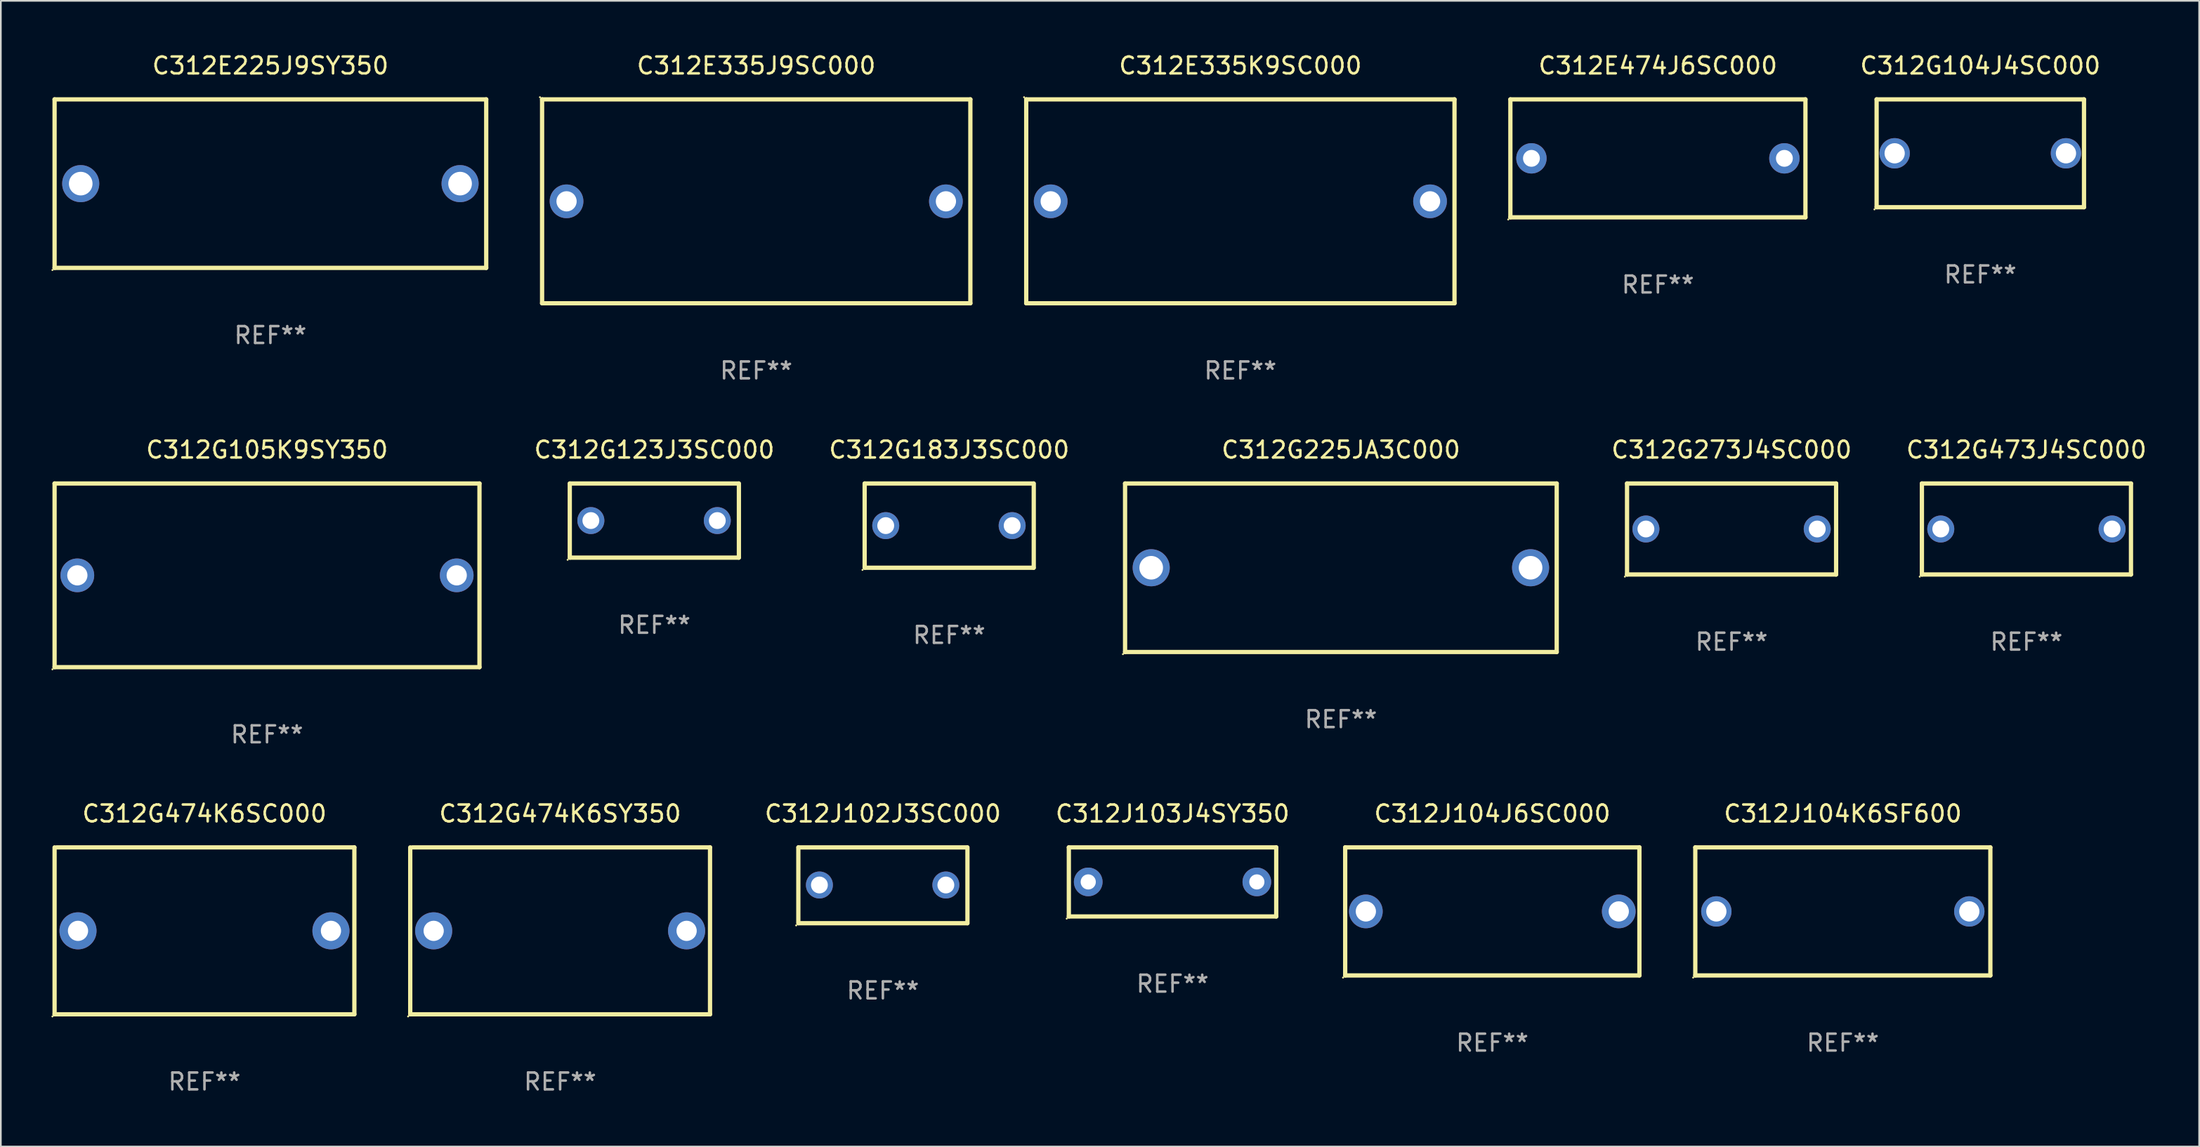
<source format=kicad_pcb>
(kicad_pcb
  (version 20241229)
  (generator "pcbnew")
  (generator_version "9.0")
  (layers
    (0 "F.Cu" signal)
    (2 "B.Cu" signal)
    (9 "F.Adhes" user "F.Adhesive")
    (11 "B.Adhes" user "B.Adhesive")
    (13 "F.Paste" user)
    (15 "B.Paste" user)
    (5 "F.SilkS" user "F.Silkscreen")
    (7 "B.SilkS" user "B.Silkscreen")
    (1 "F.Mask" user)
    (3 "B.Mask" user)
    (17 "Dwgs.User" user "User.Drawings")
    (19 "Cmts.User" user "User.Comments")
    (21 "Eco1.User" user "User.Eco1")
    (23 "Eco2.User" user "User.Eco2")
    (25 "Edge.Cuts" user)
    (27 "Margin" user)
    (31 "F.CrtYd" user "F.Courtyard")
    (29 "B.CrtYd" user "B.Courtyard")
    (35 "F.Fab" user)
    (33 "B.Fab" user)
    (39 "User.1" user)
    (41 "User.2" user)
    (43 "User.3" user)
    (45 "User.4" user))
  (footprint "C312G104J4SC000"
    (layer "F.Cu")
    (at 114.4 6.048)
    (property "Reference" "C312G104J4SC000" (at 0 -5.2 0) (layer "F.SilkS") (effects (font (size 1 1) (thickness 0.15))))
    (attr through_hole)
    (fp_line (start -6.15 -3.2) (end -6.15 3.2) (stroke (width 0.254) (type solid)) (layer "F.SilkS"))
    (fp_line (start -6.15 -3.2) (end 6.15 -3.2) (stroke (width 0.254) (type solid)) (layer "F.SilkS"))
    (fp_line (start 6.15 -3.2) (end 6.15 3.2) (stroke (width 0.254) (type solid)) (layer "F.SilkS"))
    (fp_line (start 6.15 3.2) (end -6.15 3.2) (stroke (width 0.254) (type solid)) (layer "F.SilkS"))
    (fp_circle (center -6.277 3.327) (end -6.247 3.327) (stroke (width 0.06) (type solid)) (fill no) (layer "F.SilkS"))
    (fp_text user "REF**" (at 0 7.2 0) (layer "F.Fab") (effects (font (size 1 1) (thickness 0.15))))
    (pad "1" thru_hole circle (at -5.08 0) (size 1.8 1.8) (drill 1.2) (layers "*.Cu" "*.Mask"))
    (pad "2" thru_hole circle (at 5.08 0) (size 1.8 1.8) (drill 1.2) (layers "*.Cu" "*.Mask")))
  (footprint "C312G474K6SC000"
    (layer "F.Cu")
    (at 9.077 52.194)
    (property "Reference" "C312G474K6SC000" (at 0 -6.953 0) (layer "F.SilkS") (effects (font (size 1 1) (thickness 0.15))))
    (attr through_hole)
    (fp_line (start -8.89 4.953) (end -8.89 -4.953) (stroke (width 0.254) (type solid)) (layer "F.SilkS"))
    (fp_line (start -8.763 -4.953) (end 8.89 -4.953) (stroke (width 0.254) (type solid)) (layer "F.SilkS"))
    (fp_line (start 8.89 -4.953) (end 8.89 4.953) (stroke (width 0.254) (type solid)) (layer "F.SilkS"))
    (fp_line (start 8.89 4.953) (end -8.89 4.953) (stroke (width 0.254) (type solid)) (layer "F.SilkS"))
    (fp_circle (center -9.017 5.08) (end -8.987 5.08) (stroke (width 0.06) (type solid)) (fill no) (layer "F.SilkS"))
    (fp_text user "REF**" (at 0 8.953 0) (layer "F.Fab") (effects (font (size 1 1) (thickness 0.15))))
    (pad "1" thru_hole circle (at -7.501 0) (size 2.2 2.2) (drill 1.2) (layers "*.Cu" "*.Mask"))
    (pad "2" thru_hole circle (at 7.501 0) (size 2.2 2.2) (drill 1.2) (layers "*.Cu" "*.Mask")))
  (footprint "C312G183J3SC000"
    (layer "F.Cu")
    (at 53.246 28.145)
    (property "Reference" "C312G183J3SC000" (at 0 -4.5 0) (layer "F.SilkS") (effects (font (size 1 1) (thickness 0.15))))
    (attr through_hole)
    (fp_line (start -5.015 2.5) (end -5.015 -2.5) (stroke (width 0.254) (type solid)) (layer "F.SilkS"))
    (fp_line (start -5.005 -2.5) (end 4.995 -2.5) (stroke (width 0.254) (type solid)) (layer "F.SilkS"))
    (fp_line (start 5.005 2.5) (end -4.995 2.5) (stroke (width 0.254) (type solid)) (layer "F.SilkS"))
    (fp_line (start 5.015 -2.5) (end 5.015 2.5) (stroke (width 0.254) (type solid)) (layer "F.SilkS"))
    (fp_circle (center -5.142 2.627) (end -5.112 2.627) (stroke (width 0.06) (type solid)) (fill no) (layer "F.SilkS"))
    (fp_text user "REF**" (at 0 6.5 0) (layer "F.Fab") (effects (font (size 1 1) (thickness 0.15))))
    (pad "1" thru_hole circle (at -3.764 0) (size 1.6 1.6) (drill 1) (layers "*.Cu" "*.Mask"))
    (pad "2" thru_hole circle (at 3.734 0) (size 1.6 1.6) (drill 1) (layers "*.Cu" "*.Mask")))
  (footprint "C312J104K6SF600"
    (layer "F.Cu")
    (at 106.246 51.041)
    (property "Reference" "C312J104K6SF600" (at 0 -5.8 0) (layer "F.SilkS") (effects (font (size 1 1) (thickness 0.15))))
    (attr through_hole)
    (fp_line (start -8.75 -3.8) (end 8.75 -3.8) (stroke (width 0.254) (type solid)) (layer "F.SilkS"))
    (fp_line (start -8.75 3.8) (end -8.75 -3.8) (stroke (width 0.254) (type solid)) (layer "F.SilkS"))
    (fp_line (start 8.75 -3.8) (end 8.75 3.8) (stroke (width 0.254) (type solid)) (layer "F.SilkS"))
    (fp_line (start 8.75 3.8) (end -8.75 3.8) (stroke (width 0.254) (type solid)) (layer "F.SilkS"))
    (fp_circle (center -8.877 3.927) (end -8.847 3.927) (stroke (width 0.06) (type solid)) (fill no) (layer "F.SilkS"))
    (fp_text user "REF**" (at 0 7.8 0) (layer "F.Fab") (effects (font (size 1 1) (thickness 0.15))))
    (pad "1" thru_hole circle (at -7.501 0) (size 1.8 1.8) (drill 1.2) (layers "*.Cu" "*.Mask"))
    (pad "2" thru_hole circle (at 7.501 0) (size 1.8 1.8) (drill 1.2) (layers "*.Cu" "*.Mask")))
  (footprint "C312J102J3SC000"
    (layer "F.Cu")
    (at 49.313 49.492)
    (property "Reference" "C312J102J3SC000" (at 0 -4.251 0) (layer "F.SilkS") (effects (font (size 1 1) (thickness 0.15))))
    (attr through_hole)
    (fp_line (start -5.015 2.25) (end -5.015 -2.251) (stroke (width 0.254) (type solid)) (layer "F.SilkS"))
    (fp_line (start -5.005 -2.25) (end 4.995 -2.25) (stroke (width 0.254) (type solid)) (layer "F.SilkS"))
    (fp_line (start 5.005 2.25) (end -4.995 2.25) (stroke (width 0.254) (type solid)) (layer "F.SilkS"))
    (fp_line (start 5.015 -2.25) (end 5.015 2.251) (stroke (width 0.254) (type solid)) (layer "F.SilkS"))
    (fp_circle (center -5.142 2.378) (end -5.112 2.378) (stroke (width 0.06) (type solid)) (fill no) (layer "F.SilkS"))
    (fp_text user "REF**" (at 0 6.251 0) (layer "F.Fab") (effects (font (size 1 1) (thickness 0.15))))
    (pad "1" thru_hole circle (at -3.765 -0.019) (size 1.6 1.6) (drill 1) (layers "*.Cu" "*.Mask"))
    (pad "2" thru_hole circle (at 3.735 -0.019) (size 1.6 1.6) (drill 1) (layers "*.Cu" "*.Mask")))
  (footprint "C312E335J9SC000"
    (layer "F.Cu")
    (at 41.801 8.898)
    (property "Reference" "C312E335J9SC000" (at 0 -8.05 0) (layer "F.SilkS") (effects (font (size 1 1) (thickness 0.15))))
    (attr through_hole)
    (fp_line (start -12.7 -6.05) (end 12.7 -6.05) (stroke (width 0.254) (type solid)) (layer "F.SilkS"))
    (fp_line (start -12.7 6.05) (end -12.7 -6.05) (stroke (width 0.254) (type solid)) (layer "F.SilkS"))
    (fp_line (start -12.7 6.05) (end 12.7 6.05) (stroke (width 0.254) (type solid)) (layer "F.SilkS"))
    (fp_line (start 12.7 -6.05) (end 12.7 6.05) (stroke (width 0.254) (type solid)) (layer "F.SilkS"))
    (fp_circle (center -12.827 -6.177) (end -12.797 -6.177) (stroke (width 0.06) (type solid)) (fill no) (layer "F.SilkS"))
    (fp_text user "REF**" (at 0 10.05 0) (layer "F.Fab") (effects (font (size 1 1) (thickness 0.15))))
    (pad "1" thru_hole circle (at -11.25 -0.000102) (size 2 2) (drill 1.2) (layers "*.Cu" "*.Mask"))
    (pad "2" thru_hole circle (at 11.25 -0.000102) (size 2 2) (drill 1.2) (layers "*.Cu" "*.Mask")))
  (footprint "C312E474J6SC000"
    (layer "F.Cu")
    (at 95.279 6.348)
    (property "Reference" "C312E474J6SC000" (at 0 -5.5 0) (layer "F.SilkS") (effects (font (size 1 1) (thickness 0.15))))
    (attr through_hole)
    (fp_line (start -8.75 -3.5) (end 8.75 -3.5) (stroke (width 0.254) (type solid)) (layer "F.SilkS"))
    (fp_line (start -8.75 3.5) (end -8.75 -3.5) (stroke (width 0.254) (type solid)) (layer "F.SilkS"))
    (fp_line (start 8.75 -3.5) (end 8.75 3.5) (stroke (width 0.254) (type solid)) (layer "F.SilkS"))
    (fp_line (start 8.75 3.5) (end -8.75 3.5) (stroke (width 0.254) (type solid)) (layer "F.SilkS"))
    (fp_circle (center -8.877 3.627) (end -8.847 3.627) (stroke (width 0.06) (type solid)) (fill no) (layer "F.SilkS"))
    (fp_text user "REF**" (at 0 7.5 0) (layer "F.Fab") (effects (font (size 1 1) (thickness 0.15))))
    (pad "1" thru_hole circle (at -7.501 0) (size 1.8 1.8) (drill 1) (layers "*.Cu" "*.Mask"))
    (pad "2" thru_hole circle (at 7.501 0) (size 1.8 1.8) (drill 1) (layers "*.Cu" "*.Mask")))
  (footprint "C312G225JA3C000"
    (layer "F.Cu")
    (at 76.477 30.645)
    (property "Reference" "C312G225JA3C000" (at 0 -7 0) (layer "F.SilkS") (effects (font (size 1 1) (thickness 0.15))))
    (attr through_hole)
    (fp_line (start -12.8 -5) (end 12.8 -5) (stroke (width 0.254) (type solid)) (layer "F.SilkS"))
    (fp_line (start -12.8 5) (end -12.8 -5) (stroke (width 0.254) (type solid)) (layer "F.SilkS"))
    (fp_line (start 12.8 -5) (end 12.8 5) (stroke (width 0.254) (type solid)) (layer "F.SilkS"))
    (fp_line (start 12.8 5) (end -12.8 5) (stroke (width 0.254) (type solid)) (layer "F.SilkS"))
    (fp_circle (center -12.927 5.127) (end -12.897 5.127) (stroke (width 0.06) (type solid)) (fill no) (layer "F.SilkS"))
    (fp_text user "REF**" (at 0 9 0) (layer "F.Fab") (effects (font (size 1 1) (thickness 0.15))))
    (pad "1" thru_hole circle (at -11.25 0) (size 2.2 2.2) (drill 1.4) (layers "*.Cu" "*.Mask"))
    (pad "2" thru_hole circle (at 11.25 0) (size 2.2 2.2) (drill 1.4) (layers "*.Cu" "*.Mask")))
  (footprint "C312G474K6SY350"
    (layer "F.Cu")
    (at 30.171 52.194)
    (property "Reference" "C312G474K6SY350" (at 0 -6.953 0) (layer "F.SilkS") (effects (font (size 1 1) (thickness 0.15))))
    (attr through_hole)
    (fp_line (start -8.89 4.953) (end -8.89 -4.953) (stroke (width 0.254) (type solid)) (layer "F.SilkS"))
    (fp_line (start -8.763 -4.953) (end 8.89 -4.953) (stroke (width 0.254) (type solid)) (layer "F.SilkS"))
    (fp_line (start 8.89 -4.953) (end 8.89 4.953) (stroke (width 0.254) (type solid)) (layer "F.SilkS"))
    (fp_line (start 8.89 4.953) (end -8.89 4.953) (stroke (width 0.254) (type solid)) (layer "F.SilkS"))
    (fp_circle (center -9.017 5.08) (end -8.987 5.08) (stroke (width 0.06) (type solid)) (fill no) (layer "F.SilkS"))
    (fp_text user "REF**" (at 0 8.953 0) (layer "F.Fab") (effects (font (size 1 1) (thickness 0.15))))
    (pad "1" thru_hole circle (at -7.501 0) (size 2.2 2.2) (drill 1.2) (layers "*.Cu" "*.Mask"))
    (pad "2" thru_hole circle (at 7.501 0) (size 2.2 2.2) (drill 1.2) (layers "*.Cu" "*.Mask")))
  (footprint "C312J104J6SC000"
    (layer "F.Cu")
    (at 85.457 51.041)
    (property "Reference" "C312J104J6SC000" (at 0 -5.8 0) (layer "F.SilkS") (effects (font (size 1 1) (thickness 0.15))))
    (attr through_hole)
    (fp_line (start -8.725 -3.8) (end -8.725 3.8) (stroke (width 0.254) (type solid)) (layer "F.SilkS"))
    (fp_line (start -8.725 -3.8) (end 8.725 -3.8) (stroke (width 0.254) (type solid)) (layer "F.SilkS"))
    (fp_line (start 8.725 -3.8) (end 8.725 3.8) (stroke (width 0.254) (type solid)) (layer "F.SilkS"))
    (fp_line (start 8.725 3.8) (end -8.725 3.8) (stroke (width 0.254) (type solid)) (layer "F.SilkS"))
    (fp_circle (center -8.852 3.927) (end -8.822 3.927) (stroke (width 0.06) (type solid)) (fill no) (layer "F.SilkS"))
    (fp_text user "REF**" (at 0 7.8 0) (layer "F.Fab") (effects (font (size 1 1) (thickness 0.15))))
    (pad "1" thru_hole circle (at -7.5 0) (size 2 2) (drill 1.2) (layers "*.Cu" "*.Mask"))
    (pad "2" thru_hole circle (at 7.5 0) (size 2 2) (drill 1.2) (layers "*.Cu" "*.Mask")))
  (footprint "C312G123J3SC000"
    (layer "F.Cu")
    (at 35.758 27.845)
    (property "Reference" "C312G123J3SC000" (at 0 -4.2 0) (layer "F.SilkS") (effects (font (size 1 1) (thickness 0.15))))
    (attr through_hole)
    (fp_line (start -5.015 2.2) (end -5.015 -2.2) (stroke (width 0.254) (type solid)) (layer "F.SilkS"))
    (fp_line (start -5.005 -2.2) (end 4.995 -2.2) (stroke (width 0.254) (type solid)) (layer "F.SilkS"))
    (fp_line (start 5.005 2.2) (end -4.995 2.2) (stroke (width 0.254) (type solid)) (layer "F.SilkS"))
    (fp_line (start 5.015 -2.2) (end 5.015 2.2) (stroke (width 0.254) (type solid)) (layer "F.SilkS"))
    (fp_circle (center -5.142 2.327) (end -5.112 2.327) (stroke (width 0.06) (type solid)) (fill no) (layer "F.SilkS"))
    (fp_text user "REF**" (at 0 6.2 0) (layer "F.Fab") (effects (font (size 1 1) (thickness 0.15))))
    (pad "1" thru_hole circle (at -3.764 0) (size 1.6 1.6) (drill 1) (layers "*.Cu" "*.Mask"))
    (pad "2" thru_hole circle (at 3.734 0) (size 1.6 1.6) (drill 1) (layers "*.Cu" "*.Mask")))
  (footprint "C312G273J4SC000"
    (layer "F.Cu")
    (at 99.648 28.345)
    (property "Reference" "C312G273J4SC000" (at 0 -4.7 0) (layer "F.SilkS") (effects (font (size 1 1) (thickness 0.15))))
    (attr through_hole)
    (fp_line (start -6.2 -2.7) (end 6.2 -2.7) (stroke (width 0.254) (type solid)) (layer "F.SilkS"))
    (fp_line (start -6.2 2.7) (end -6.2 -2.7) (stroke (width 0.254) (type solid)) (layer "F.SilkS"))
    (fp_line (start 6.2 -2.7) (end 6.2 2.7) (stroke (width 0.254) (type solid)) (layer "F.SilkS"))
    (fp_line (start 6.2 2.7) (end -6.2 2.7) (stroke (width 0.254) (type solid)) (layer "F.SilkS"))
    (fp_circle (center -6.327 2.827) (end -6.297 2.827) (stroke (width 0.06) (type solid)) (fill no) (layer "F.SilkS"))
    (fp_text user "REF**" (at 0 6.7 0) (layer "F.Fab") (effects (font (size 1 1) (thickness 0.15))))
    (pad "1" thru_hole circle (at -5.08 0) (size 1.6 1.6) (drill 1) (layers "*.Cu" "*.Mask"))
    (pad "2" thru_hole circle (at 5.08 0) (size 1.6 1.6) (drill 1) (layers "*.Cu" "*.Mask")))
  (footprint "C312E335K9SC000"
    (layer "F.Cu")
    (at 70.515 8.898)
    (property "Reference" "C312E335K9SC000" (at 0 -8.05 0) (layer "F.SilkS") (effects (font (size 1 1) (thickness 0.15))))
    (attr through_hole)
    (fp_line (start -12.7 -6.05) (end 12.7 -6.05) (stroke (width 0.254) (type solid)) (layer "F.SilkS"))
    (fp_line (start -12.7 6.05) (end -12.7 -6.05) (stroke (width 0.254) (type solid)) (layer "F.SilkS"))
    (fp_line (start -12.7 6.05) (end 12.7 6.05) (stroke (width 0.254) (type solid)) (layer "F.SilkS"))
    (fp_line (start 12.7 -6.05) (end 12.7 6.05) (stroke (width 0.254) (type solid)) (layer "F.SilkS"))
    (fp_circle (center -12.827 -6.177) (end -12.797 -6.177) (stroke (width 0.06) (type solid)) (fill no) (layer "F.SilkS"))
    (fp_text user "REF**" (at 0 10.05 0) (layer "F.Fab") (effects (font (size 1 1) (thickness 0.15))))
    (pad "1" thru_hole circle (at -11.25 -0.000102) (size 2 2) (drill 1.2) (layers "*.Cu" "*.Mask"))
    (pad "2" thru_hole circle (at 11.25 -0.000102) (size 2 2) (drill 1.2) (layers "*.Cu" "*.Mask")))
  (footprint "C312G105K9SY350"
    (layer "F.Cu")
    (at 12.787 31.095)
    (property "Reference" "C312G105K9SY350" (at 0 -7.45 0) (layer "F.SilkS") (effects (font (size 1 1) (thickness 0.15))))
    (attr through_hole)
    (fp_line (start -12.6 -5.45) (end 12.6 -5.45) (stroke (width 0.254) (type solid)) (layer "F.SilkS"))
    (fp_line (start -12.6 -5.45) (end -12.6 5.45) (stroke (width 0.254) (type solid)) (layer "F.SilkS"))
    (fp_line (start 12.6 5.45) (end -12.6 5.45) (stroke (width 0.254) (type solid)) (layer "F.SilkS"))
    (fp_line (start 12.6 -5.45) (end 12.6 5.45) (stroke (width 0.254) (type solid)) (layer "F.SilkS"))
    (fp_circle (center -12.727 5.577) (end -12.697 5.577) (stroke (width 0.06) (type solid)) (fill no) (layer "F.SilkS"))
    (fp_text user "REF**" (at 0 9.45 0) (layer "F.Fab") (effects (font (size 1 1) (thickness 0.15))))
    (pad "1" thru_hole circle (at -11.25 0) (size 2 2) (drill 1.2) (layers "*.Cu" "*.Mask"))
    (pad "2" thru_hole circle (at 11.25 0) (size 2 2) (drill 1.2) (layers "*.Cu" "*.Mask")))
  (footprint "C312E225J9SY350"
    (layer "F.Cu")
    (at 12.987 7.848)
    (property "Reference" "C312E225J9SY350" (at 0 -7 0) (layer "F.SilkS") (effects (font (size 1 1) (thickness 0.15))))
    (attr through_hole)
    (fp_line (start -12.8 -5) (end 12.8 -5) (stroke (width 0.254) (type solid)) (layer "F.SilkS"))
    (fp_line (start -12.8 5) (end -12.8 -5) (stroke (width 0.254) (type solid)) (layer "F.SilkS"))
    (fp_line (start 12.8 -5) (end 12.8 5) (stroke (width 0.254) (type solid)) (layer "F.SilkS"))
    (fp_line (start 12.8 5) (end -12.8 5) (stroke (width 0.254) (type solid)) (layer "F.SilkS"))
    (fp_circle (center -12.927 5.127) (end -12.897 5.127) (stroke (width 0.06) (type solid)) (fill no) (layer "F.SilkS"))
    (fp_text user "REF**" (at 0 9 0) (layer "F.Fab") (effects (font (size 1 1) (thickness 0.15))))
    (pad "1" thru_hole circle (at -11.25 0) (size 2.2 2.2) (drill 1.4) (layers "*.Cu" "*.Mask"))
    (pad "2" thru_hole circle (at 11.25 0) (size 2.2 2.2) (drill 1.4) (layers "*.Cu" "*.Mask")))
  (footprint "C312G473J4SC000"
    (layer "F.Cu")
    (at 117.136 28.345)
    (property "Reference" "C312G473J4SC000" (at 0 -4.7 0) (layer "F.SilkS") (effects (font (size 1 1) (thickness 0.15))))
    (attr through_hole)
    (fp_line (start -6.2 -2.7) (end 6.2 -2.7) (stroke (width 0.254) (type solid)) (layer "F.SilkS"))
    (fp_line (start -6.2 2.7) (end -6.2 -2.7) (stroke (width 0.254) (type solid)) (layer "F.SilkS"))
    (fp_line (start 6.2 -2.7) (end 6.2 2.7) (stroke (width 0.254) (type solid)) (layer "F.SilkS"))
    (fp_line (start 6.2 2.7) (end -6.2 2.7) (stroke (width 0.254) (type solid)) (layer "F.SilkS"))
    (fp_circle (center -6.327 2.827) (end -6.297 2.827) (stroke (width 0.06) (type solid)) (fill no) (layer "F.SilkS"))
    (fp_text user "REF**" (at 0 6.7 0) (layer "F.Fab") (effects (font (size 1 1) (thickness 0.15))))
    (pad "1" thru_hole circle (at -5.08 0) (size 1.6 1.6) (drill 1) (layers "*.Cu" "*.Mask"))
    (pad "2" thru_hole circle (at 5.08 0) (size 1.6 1.6) (drill 1) (layers "*.Cu" "*.Mask")))
  (footprint "C312J103J4SY350"
    (layer "F.Cu")
    (at 66.492 49.291)
    (property "Reference" "C312J103J4SY350" (at 0 -4.05 0) (layer "F.SilkS") (effects (font (size 1 1) (thickness 0.15))))
    (attr through_hole)
    (fp_line (start -6.15 -2.05) (end -6.15 2.05) (stroke (width 0.254) (type solid)) (layer "F.SilkS"))
    (fp_line (start -6.15 -2.05) (end 6.149 -2.05) (stroke (width 0.254) (type solid)) (layer "F.SilkS"))
    (fp_line (start 6.149 2.05) (end -6.15 2.05) (stroke (width 0.254) (type solid)) (layer "F.SilkS"))
    (fp_line (start 6.15 -2.05) (end 6.15 2.05) (stroke (width 0.254) (type solid)) (layer "F.SilkS"))
    (fp_circle (center -6.277 2.177) (end -6.247 2.177) (stroke (width 0.06) (type solid)) (fill no) (layer "F.SilkS"))
    (fp_text user "REF**" (at 0 6.05 0) (layer "F.Fab") (effects (font (size 1 1) (thickness 0.15))))
    (pad "1" thru_hole circle (at -5 -0.000013) (size 1.7 1.7) (drill 0.9) (layers "*.Cu" "*.Mask"))
    (pad "2" thru_hole circle (at 5 -0.000013) (size 1.7 1.7) (drill 0.9) (layers "*.Cu" "*.Mask")))
  (gr_rect
    (start -3 -3)
    (end 127.38 64.996)
    (stroke (width 0.1) (type default))
    (fill no)
    (layer "Edge.Cuts")))
</source>
